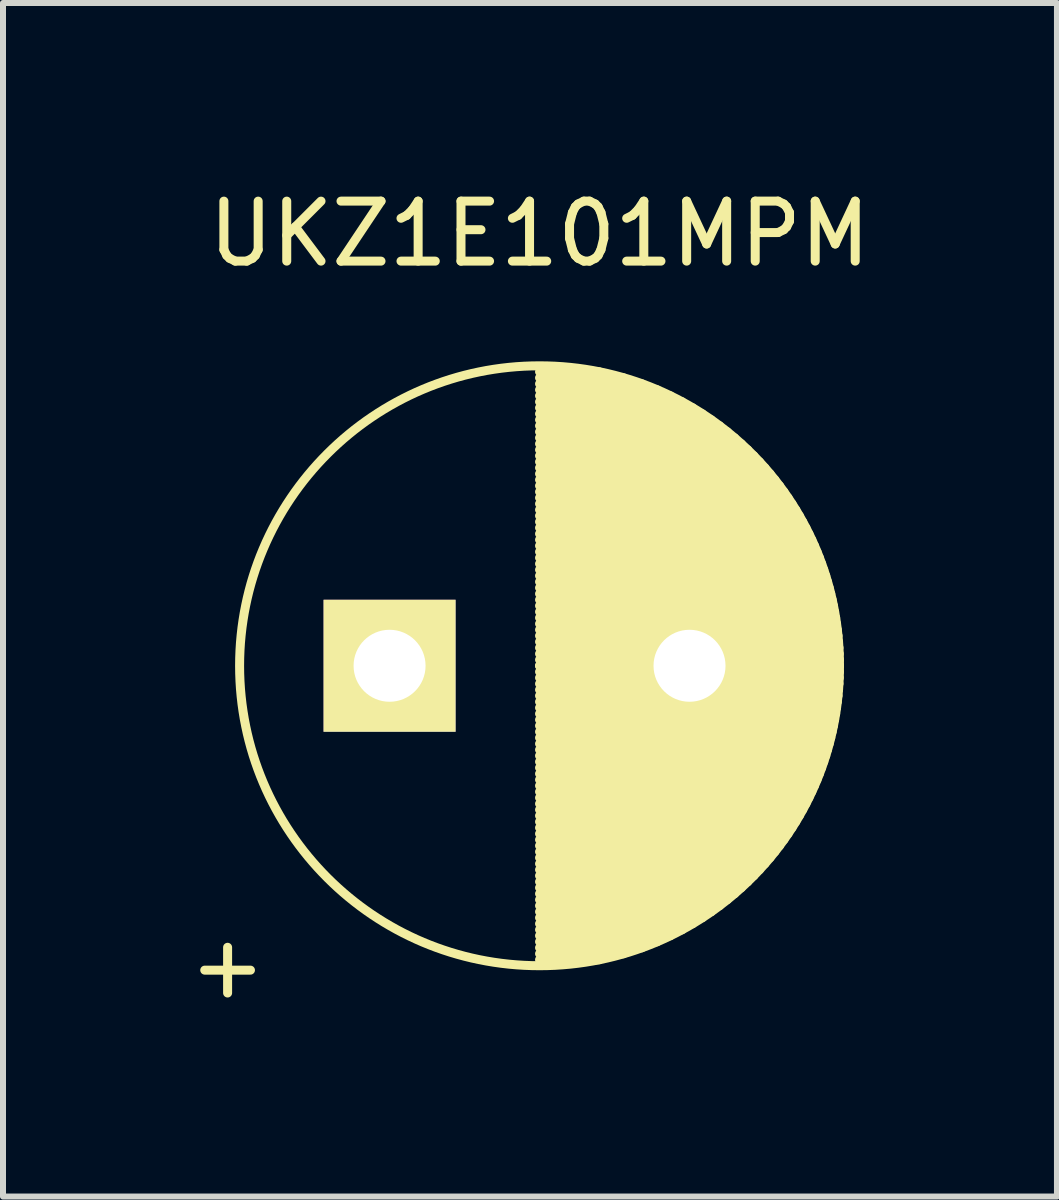
<source format=kicad_pcb>
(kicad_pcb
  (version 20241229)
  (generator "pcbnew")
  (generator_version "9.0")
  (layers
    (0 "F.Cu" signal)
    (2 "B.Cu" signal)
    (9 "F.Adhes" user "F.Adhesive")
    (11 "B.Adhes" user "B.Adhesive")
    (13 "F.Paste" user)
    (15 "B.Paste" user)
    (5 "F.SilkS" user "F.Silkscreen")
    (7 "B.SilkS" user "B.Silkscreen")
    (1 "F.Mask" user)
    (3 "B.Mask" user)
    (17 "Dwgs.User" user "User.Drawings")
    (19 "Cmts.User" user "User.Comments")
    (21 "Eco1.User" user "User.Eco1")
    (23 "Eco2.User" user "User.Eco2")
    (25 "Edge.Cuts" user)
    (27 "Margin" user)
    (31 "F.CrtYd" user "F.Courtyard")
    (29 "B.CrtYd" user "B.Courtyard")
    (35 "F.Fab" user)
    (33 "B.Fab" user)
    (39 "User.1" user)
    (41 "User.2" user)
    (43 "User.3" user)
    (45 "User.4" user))
  (footprint "UKZ1E101MPM"
    (layer "F.Cu")
    (at 3.444 8.048)
    (property "Reference" "UKZ1E101MPM" (at 2.5 -7.2 0) (layer "F.SilkS") (effects (font (size 1 1) (thickness 0.15))))
    (attr through_hole)
    (fp_line (start 2.5 -4.9) (end 3.495 -4.9) (stroke (width 0.15) (type solid)) (layer "F.SilkS"))
    (fp_line (start 2.5 -4.8) (end 3.9 -4.8) (stroke (width 0.15) (type solid)) (layer "F.SilkS"))
    (fp_line (start 2.5 -4.7) (end 4.206 -4.7) (stroke (width 0.15) (type solid)) (layer "F.SilkS"))
    (fp_line (start 2.5 -4.6) (end 4.46 -4.6) (stroke (width 0.15) (type solid)) (layer "F.SilkS"))
    (fp_line (start 2.5 -4.5) (end 4.679 -4.5) (stroke (width 0.15) (type solid)) (layer "F.SilkS"))
    (fp_line (start 2.5 -4.4) (end 4.875 -4.4) (stroke (width 0.15) (type solid)) (layer "F.SilkS"))
    (fp_line (start 2.5 -4.3) (end 5.051 -4.3) (stroke (width 0.15) (type solid)) (layer "F.SilkS"))
    (fp_line (start 2.5 -4.2) (end 5.213 -4.2) (stroke (width 0.15) (type solid)) (layer "F.SilkS"))
    (fp_line (start 2.5 -4.1) (end 5.362 -4.1) (stroke (width 0.15) (type solid)) (layer "F.SilkS"))
    (fp_line (start 2.5 -4) (end 5.5 -4) (stroke (width 0.15) (type solid)) (layer "F.SilkS"))
    (fp_line (start 2.5 -3.9) (end 5.629 -3.9) (stroke (width 0.15) (type solid)) (layer "F.SilkS"))
    (fp_line (start 2.5 -3.8) (end 5.75 -3.8) (stroke (width 0.15) (type solid)) (layer "F.SilkS"))
    (fp_line (start 2.5 -3.7) (end 5.863 -3.7) (stroke (width 0.15) (type solid)) (layer "F.SilkS"))
    (fp_line (start 2.5 -3.6) (end 5.97 -3.6) (stroke (width 0.15) (type solid)) (layer "F.SilkS"))
    (fp_line (start 2.5 -3.5) (end 6.071 -3.5) (stroke (width 0.15) (type solid)) (layer "F.SilkS"))
    (fp_line (start 2.5 -3.4) (end 6.166 -3.4) (stroke (width 0.15) (type solid)) (layer "F.SilkS"))
    (fp_line (start 2.5 -3.3) (end 6.256 -3.3) (stroke (width 0.15) (type solid)) (layer "F.SilkS"))
    (fp_line (start 2.5 -3.2) (end 6.342 -3.2) (stroke (width 0.15) (type solid)) (layer "F.SilkS"))
    (fp_line (start 2.5 -3.1) (end 6.423 -3.1) (stroke (width 0.15) (type solid)) (layer "F.SilkS"))
    (fp_line (start 2.5 -3) (end 6.5 -3) (stroke (width 0.15) (type solid)) (layer "F.SilkS"))
    (fp_line (start 2.5 -2.9) (end 6.573 -2.9) (stroke (width 0.15) (type solid)) (layer "F.SilkS"))
    (fp_line (start 2.5 -2.8) (end 6.642 -2.8) (stroke (width 0.15) (type solid)) (layer "F.SilkS"))
    (fp_line (start 2.5 -2.7) (end 6.708 -2.7) (stroke (width 0.15) (type solid)) (layer "F.SilkS"))
    (fp_line (start 2.5 -2.6) (end 6.771 -2.6) (stroke (width 0.15) (type solid)) (layer "F.SilkS"))
    (fp_line (start 2.5 -2.5) (end 6.83 -2.5) (stroke (width 0.15) (type solid)) (layer "F.SilkS"))
    (fp_line (start 2.5 -2.4) (end 6.886 -2.4) (stroke (width 0.15) (type solid)) (layer "F.SilkS"))
    (fp_line (start 2.5 -2.3) (end 6.94 -2.3) (stroke (width 0.15) (type solid)) (layer "F.SilkS"))
    (fp_line (start 2.5 -2.2) (end 6.99 -2.2) (stroke (width 0.15) (type solid)) (layer "F.SilkS"))
    (fp_line (start 2.5 -2.1) (end 7.038 -2.1) (stroke (width 0.15) (type solid)) (layer "F.SilkS"))
    (fp_line (start 2.5 -2) (end 7.083 -2) (stroke (width 0.15) (type solid)) (layer "F.SilkS"))
    (fp_line (start 2.5 -1.9) (end 7.125 -1.9) (stroke (width 0.15) (type solid)) (layer "F.SilkS"))
    (fp_line (start 2.5 -1.8) (end 7.165 -1.8) (stroke (width 0.15) (type solid)) (layer "F.SilkS"))
    (fp_line (start 2.5 -1.7) (end 7.202 -1.7) (stroke (width 0.15) (type solid)) (layer "F.SilkS"))
    (fp_line (start 2.5 -1.6) (end 7.237 -1.6) (stroke (width 0.15) (type solid)) (layer "F.SilkS"))
    (fp_line (start 2.5 -1.5) (end 7.27 -1.5) (stroke (width 0.15) (type solid)) (layer "F.SilkS"))
    (fp_line (start 2.5 -1.4) (end 7.3 -1.4) (stroke (width 0.15) (type solid)) (layer "F.SilkS"))
    (fp_line (start 2.5 -1.3) (end 7.328 -1.3) (stroke (width 0.15) (type solid)) (layer "F.SilkS"))
    (fp_line (start 2.5 -1.2) (end 7.354 -1.2) (stroke (width 0.15) (type solid)) (layer "F.SilkS"))
    (fp_line (start 2.5 -1.1) (end 7.377 -1.1) (stroke (width 0.15) (type solid)) (layer "F.SilkS"))
    (fp_line (start 2.5 -1) (end 7.399 -1) (stroke (width 0.15) (type solid)) (layer "F.SilkS"))
    (fp_line (start 2.5 -0.9) (end 7.418 -0.9) (stroke (width 0.15) (type solid)) (layer "F.SilkS"))
    (fp_line (start 2.5 -0.8) (end 7.436 -0.8) (stroke (width 0.15) (type solid)) (layer "F.SilkS"))
    (fp_line (start 2.5 -0.7) (end 7.451 -0.7) (stroke (width 0.15) (type solid)) (layer "F.SilkS"))
    (fp_line (start 2.5 -0.6) (end 7.464 -0.6) (stroke (width 0.15) (type solid)) (layer "F.SilkS"))
    (fp_line (start 2.5 -0.5) (end 7.475 -0.5) (stroke (width 0.15) (type solid)) (layer "F.SilkS"))
    (fp_line (start 2.5 -0.4) (end 7.484 -0.4) (stroke (width 0.15) (type solid)) (layer "F.SilkS"))
    (fp_line (start 2.5 -0.3) (end 7.491 -0.3) (stroke (width 0.15) (type solid)) (layer "F.SilkS"))
    (fp_line (start 2.5 -0.2) (end 7.496 -0.2) (stroke (width 0.15) (type solid)) (layer "F.SilkS"))
    (fp_line (start 2.5 -0.1) (end 7.499 -0.1) (stroke (width 0.15) (type solid)) (layer "F.SilkS"))
    (fp_line (start 2.5 0) (end 7.5 0) (stroke (width 0.15) (type solid)) (layer "F.SilkS"))
    (fp_line (start 2.5 0) (end 7.5 0) (stroke (width 0.15) (type solid)) (layer "F.SilkS"))
    (fp_line (start 2.5 0.1) (end 7.499 0.1) (stroke (width 0.15) (type solid)) (layer "F.SilkS"))
    (fp_line (start 2.5 0.2) (end 7.496 0.2) (stroke (width 0.15) (type solid)) (layer "F.SilkS"))
    (fp_line (start 2.5 0.3) (end 7.491 0.3) (stroke (width 0.15) (type solid)) (layer "F.SilkS"))
    (fp_line (start 2.5 0.4) (end 7.484 0.4) (stroke (width 0.15) (type solid)) (layer "F.SilkS"))
    (fp_line (start 2.5 0.5) (end 7.475 0.5) (stroke (width 0.15) (type solid)) (layer "F.SilkS"))
    (fp_line (start 2.5 0.6) (end 7.464 0.6) (stroke (width 0.15) (type solid)) (layer "F.SilkS"))
    (fp_line (start 2.5 0.7) (end 7.451 0.7) (stroke (width 0.15) (type solid)) (layer "F.SilkS"))
    (fp_line (start 2.5 0.8) (end 7.436 0.8) (stroke (width 0.15) (type solid)) (layer "F.SilkS"))
    (fp_line (start 2.5 0.9) (end 7.418 0.9) (stroke (width 0.15) (type solid)) (layer "F.SilkS"))
    (fp_line (start 2.5 1) (end 7.399 1) (stroke (width 0.15) (type solid)) (layer "F.SilkS"))
    (fp_line (start 2.5 1.1) (end 7.377 1.1) (stroke (width 0.15) (type solid)) (layer "F.SilkS"))
    (fp_line (start 2.5 1.2) (end 7.354 1.2) (stroke (width 0.15) (type solid)) (layer "F.SilkS"))
    (fp_line (start 2.5 1.3) (end 7.328 1.3) (stroke (width 0.15) (type solid)) (layer "F.SilkS"))
    (fp_line (start 2.5 1.4) (end 7.3 1.4) (stroke (width 0.15) (type solid)) (layer "F.SilkS"))
    (fp_line (start 2.5 1.5) (end 7.27 1.5) (stroke (width 0.15) (type solid)) (layer "F.SilkS"))
    (fp_line (start 2.5 1.6) (end 7.237 1.6) (stroke (width 0.15) (type solid)) (layer "F.SilkS"))
    (fp_line (start 2.5 1.7) (end 7.202 1.7) (stroke (width 0.15) (type solid)) (layer "F.SilkS"))
    (fp_line (start 2.5 1.8) (end 7.165 1.8) (stroke (width 0.15) (type solid)) (layer "F.SilkS"))
    (fp_line (start 2.5 1.9) (end 7.125 1.9) (stroke (width 0.15) (type solid)) (layer "F.SilkS"))
    (fp_line (start 2.5 2) (end 7.083 2) (stroke (width 0.15) (type solid)) (layer "F.SilkS"))
    (fp_line (start 2.5 2.1) (end 7.038 2.1) (stroke (width 0.15) (type solid)) (layer "F.SilkS"))
    (fp_line (start 2.5 2.2) (end 6.99 2.2) (stroke (width 0.15) (type solid)) (layer "F.SilkS"))
    (fp_line (start 2.5 2.3) (end 6.94 2.3) (stroke (width 0.15) (type solid)) (layer "F.SilkS"))
    (fp_line (start 2.5 2.4) (end 6.886 2.4) (stroke (width 0.15) (type solid)) (layer "F.SilkS"))
    (fp_line (start 2.5 2.5) (end 6.83 2.5) (stroke (width 0.15) (type solid)) (layer "F.SilkS"))
    (fp_line (start 2.5 2.6) (end 6.771 2.6) (stroke (width 0.15) (type solid)) (layer "F.SilkS"))
    (fp_line (start 2.5 2.7) (end 6.708 2.7) (stroke (width 0.15) (type solid)) (layer "F.SilkS"))
    (fp_line (start 2.5 2.8) (end 6.642 2.8) (stroke (width 0.15) (type solid)) (layer "F.SilkS"))
    (fp_line (start 2.5 2.9) (end 6.573 2.9) (stroke (width 0.15) (type solid)) (layer "F.SilkS"))
    (fp_line (start 2.5 3) (end 6.5 3) (stroke (width 0.15) (type solid)) (layer "F.SilkS"))
    (fp_line (start 2.5 3.1) (end 6.423 3.1) (stroke (width 0.15) (type solid)) (layer "F.SilkS"))
    (fp_line (start 2.5 3.2) (end 6.342 3.2) (stroke (width 0.15) (type solid)) (layer "F.SilkS"))
    (fp_line (start 2.5 3.3) (end 6.256 3.3) (stroke (width 0.15) (type solid)) (layer "F.SilkS"))
    (fp_line (start 2.5 3.4) (end 6.166 3.4) (stroke (width 0.15) (type solid)) (layer "F.SilkS"))
    (fp_line (start 2.5 3.5) (end 6.071 3.5) (stroke (width 0.15) (type solid)) (layer "F.SilkS"))
    (fp_line (start 2.5 3.6) (end 5.97 3.6) (stroke (width 0.15) (type solid)) (layer "F.SilkS"))
    (fp_line (start 2.5 3.7) (end 5.863 3.7) (stroke (width 0.15) (type solid)) (layer "F.SilkS"))
    (fp_line (start 2.5 3.8) (end 5.75 3.8) (stroke (width 0.15) (type solid)) (layer "F.SilkS"))
    (fp_line (start 2.5 3.9) (end 5.629 3.9) (stroke (width 0.15) (type solid)) (layer "F.SilkS"))
    (fp_line (start 2.5 4) (end 5.5 4) (stroke (width 0.15) (type solid)) (layer "F.SilkS"))
    (fp_line (start 2.5 4.1) (end 5.362 4.1) (stroke (width 0.15) (type solid)) (layer "F.SilkS"))
    (fp_line (start 2.5 4.2) (end 5.213 4.2) (stroke (width 0.15) (type solid)) (layer "F.SilkS"))
    (fp_line (start 2.5 4.3) (end 5.051 4.3) (stroke (width 0.15) (type solid)) (layer "F.SilkS"))
    (fp_line (start 2.5 4.4) (end 4.875 4.4) (stroke (width 0.15) (type solid)) (layer "F.SilkS"))
    (fp_line (start 2.5 4.5) (end 4.679 4.5) (stroke (width 0.15) (type solid)) (layer "F.SilkS"))
    (fp_line (start 2.5 4.6) (end 4.46 4.6) (stroke (width 0.15) (type solid)) (layer "F.SilkS"))
    (fp_line (start 2.5 4.7) (end 4.206 4.7) (stroke (width 0.15) (type solid)) (layer "F.SilkS"))
    (fp_line (start 2.5 4.8) (end 3.9 4.8) (stroke (width 0.15) (type solid)) (layer "F.SilkS"))
    (fp_line (start 2.5 4.9) (end 3.495 4.9) (stroke (width 0.15) (type solid)) (layer "F.SilkS"))
    (fp_circle (center 2.5 0) (end 2.5 -5) (stroke (width 0.15) (type solid)) (fill no) (layer "F.SilkS"))
    (fp_text user "+" (at -2.7 5 0) (layer "F.SilkS") (effects (font (size 1 1) (thickness 0.15))))
    (pad "1" thru_hole rect (at 0 0) (size 2.2 2.2) (drill 1.2) (layers "*.Cu" "*.Mask" "F.SilkS"))
    (pad "2" thru_hole circle (at 5 0) (size 2.2 2.2) (drill 1.2) (layers "*.Cu" "*.Mask" "F.SilkS")))
  (gr_rect
    (start -3 -3)
    (end 14.569 16.896)
    (stroke (width 0.1) (type default))
    (fill no)
    (layer "Edge.Cuts")))
</source>
